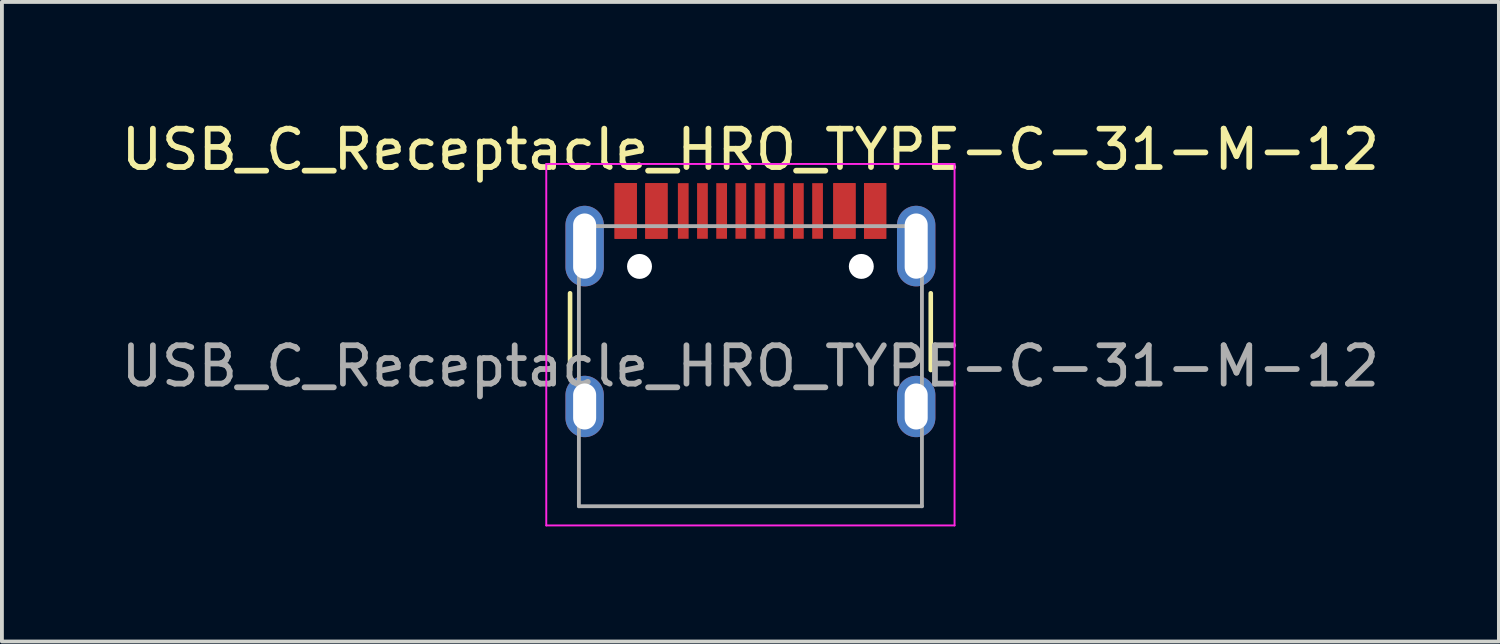
<source format=kicad_pcb>
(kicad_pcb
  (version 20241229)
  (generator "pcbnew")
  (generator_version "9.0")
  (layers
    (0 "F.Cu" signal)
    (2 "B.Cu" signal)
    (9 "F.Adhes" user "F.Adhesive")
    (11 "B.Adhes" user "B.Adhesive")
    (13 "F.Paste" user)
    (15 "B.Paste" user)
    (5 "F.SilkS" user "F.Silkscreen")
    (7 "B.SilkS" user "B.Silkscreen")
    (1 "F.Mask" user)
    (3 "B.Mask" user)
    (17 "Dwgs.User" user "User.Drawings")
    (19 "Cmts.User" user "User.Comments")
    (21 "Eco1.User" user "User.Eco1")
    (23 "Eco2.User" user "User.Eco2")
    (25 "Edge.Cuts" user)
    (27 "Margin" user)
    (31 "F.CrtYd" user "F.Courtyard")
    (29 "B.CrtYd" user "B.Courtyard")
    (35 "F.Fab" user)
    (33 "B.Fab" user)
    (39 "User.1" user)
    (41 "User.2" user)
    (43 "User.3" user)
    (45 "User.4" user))
  (footprint "USB_C_Receptacle_HRO_TYPE-C-31-M-12"
    (layer "F.Cu")
    (at 16.506 6.493)
    (property "Reference" "USB_C_Receptacle_HRO_TYPE-C-31-M-12" (at 0 -5.645 0) (layer "F.SilkS") (effects (font (size 1 1) (thickness 0.15))))
    (attr smd)
    (fp_line (start -4.7 -1.9) (end -4.7 0.1) (stroke (width 0.12) (type solid)) (layer "F.SilkS"))
    (fp_line (start 4.7 -1.9) (end 4.7 0.1) (stroke (width 0.12) (type solid)) (layer "F.SilkS"))
    (fp_line (start -5.32 -5.27) (end -5.32 4.15) (stroke (width 0.05) (type solid)) (layer "F.CrtYd"))
    (fp_line (start -5.32 -5.27) (end 5.32 -5.27) (stroke (width 0.05) (type solid)) (layer "F.CrtYd"))
    (fp_line (start -5.32 4.15) (end 5.32 4.15) (stroke (width 0.05) (type solid)) (layer "F.CrtYd"))
    (fp_line (start 5.32 -5.27) (end 5.32 4.15) (stroke (width 0.05) (type solid)) (layer "F.CrtYd"))
    (fp_line (start -4.47 -3.65) (end -4.47 3.65) (stroke (width 0.1) (type solid)) (layer "F.Fab"))
    (fp_line (start -4.47 -3.65) (end 4.47 -3.65) (stroke (width 0.1) (type solid)) (layer "F.Fab"))
    (fp_line (start -4.47 3.65) (end 4.47 3.65) (stroke (width 0.1) (type solid)) (layer "F.Fab"))
    (fp_line (start 4.47 -3.65) (end 4.47 3.65) (stroke (width 0.1) (type solid)) (layer "F.Fab"))
    (fp_text user "${REFERENCE}" (at 0 0 0) (layer "F.Fab") (effects (font (size 1 1) (thickness 0.15))))
    (pad "" np_thru_hole circle (at -2.89 -2.6) (size 0.65 0.65) (drill 0.65) (layers "*.Cu" "*.Mask"))
    (pad "" np_thru_hole circle (at 2.89 -2.6) (size 0.65 0.65) (drill 0.65) (layers "*.Cu" "*.Mask"))
    (pad "A1" smd rect (at -3.25 -4.045) (size 0.58 1.45) (layers "F.Cu" "F.Mask" "F.Paste"))
    (pad "A4" smd rect (at -2.45 -4.045) (size 0.58 1.45) (layers "F.Cu" "F.Mask" "F.Paste"))
    (pad "A5" smd rect (at -1.25 -4.045) (size 0.28 1.45) (layers "F.Cu" "F.Mask" "F.Paste"))
    (pad "A6" smd rect (at -0.25 -4.045) (size 0.28 1.45) (layers "F.Cu" "F.Mask" "F.Paste"))
    (pad "A7" smd rect (at 0.25 -4.045) (size 0.28 1.45) (layers "F.Cu" "F.Mask" "F.Paste"))
    (pad "A8" smd rect (at 1.25 -4.045) (size 0.28 1.45) (layers "F.Cu" "F.Mask" "F.Paste"))
    (pad "A9" smd rect (at 2.45 -4.045) (size 0.58 1.45) (layers "F.Cu" "F.Mask" "F.Paste"))
    (pad "A12" smd rect (at 3.25 -4.045) (size 0.58 1.45) (layers "F.Cu" "F.Mask" "F.Paste"))
    (pad "B1" smd rect (at 3.25 -4.045) (size 0.58 1.45) (layers "F.Cu" "F.Mask" "F.Paste"))
    (pad "B4" smd rect (at 2.45 -4.045) (size 0.58 1.45) (layers "F.Cu" "F.Mask" "F.Paste"))
    (pad "B5" smd rect (at 1.75 -4.045) (size 0.28 1.45) (layers "F.Cu" "F.Mask" "F.Paste"))
    (pad "B6" smd rect (at 0.75 -4.045) (size 0.28 1.45) (layers "F.Cu" "F.Mask" "F.Paste"))
    (pad "B7" smd rect (at -0.75 -4.045) (size 0.28 1.45) (layers "F.Cu" "F.Mask" "F.Paste"))
    (pad "B8" smd rect (at -1.75 -4.045) (size 0.28 1.45) (layers "F.Cu" "F.Mask" "F.Paste"))
    (pad "B9" smd rect (at -2.45 -4.045) (size 0.58 1.45) (layers "F.Cu" "F.Mask" "F.Paste"))
    (pad "B12" smd rect (at -3.25 -4.045) (size 0.58 1.45) (layers "F.Cu" "F.Mask" "F.Paste"))
    (pad "S1" thru_hole oval (at -4.32 -3.13) (size 1 2.1) (drill oval 0.6 1.7) (layers "*.Cu" "*.Mask"))
    (pad "S1" thru_hole oval (at -4.32 1.05) (size 1 1.6) (drill oval 0.6 1.2) (layers "*.Cu" "*.Mask"))
    (pad "S1" thru_hole oval (at 4.32 -3.13) (size 1 2.1) (drill oval 0.6 1.7) (layers "*.Cu" "*.Mask"))
    (pad "S1" thru_hole oval (at 4.32 1.05) (size 1 1.6) (drill oval 0.6 1.2) (layers "*.Cu" "*.Mask")))
  (gr_rect
    (start -3 -3)
    (end 36.012 13.668)
    (stroke (width 0.1) (type default))
    (fill no)
    (layer "Edge.Cuts")))
</source>
